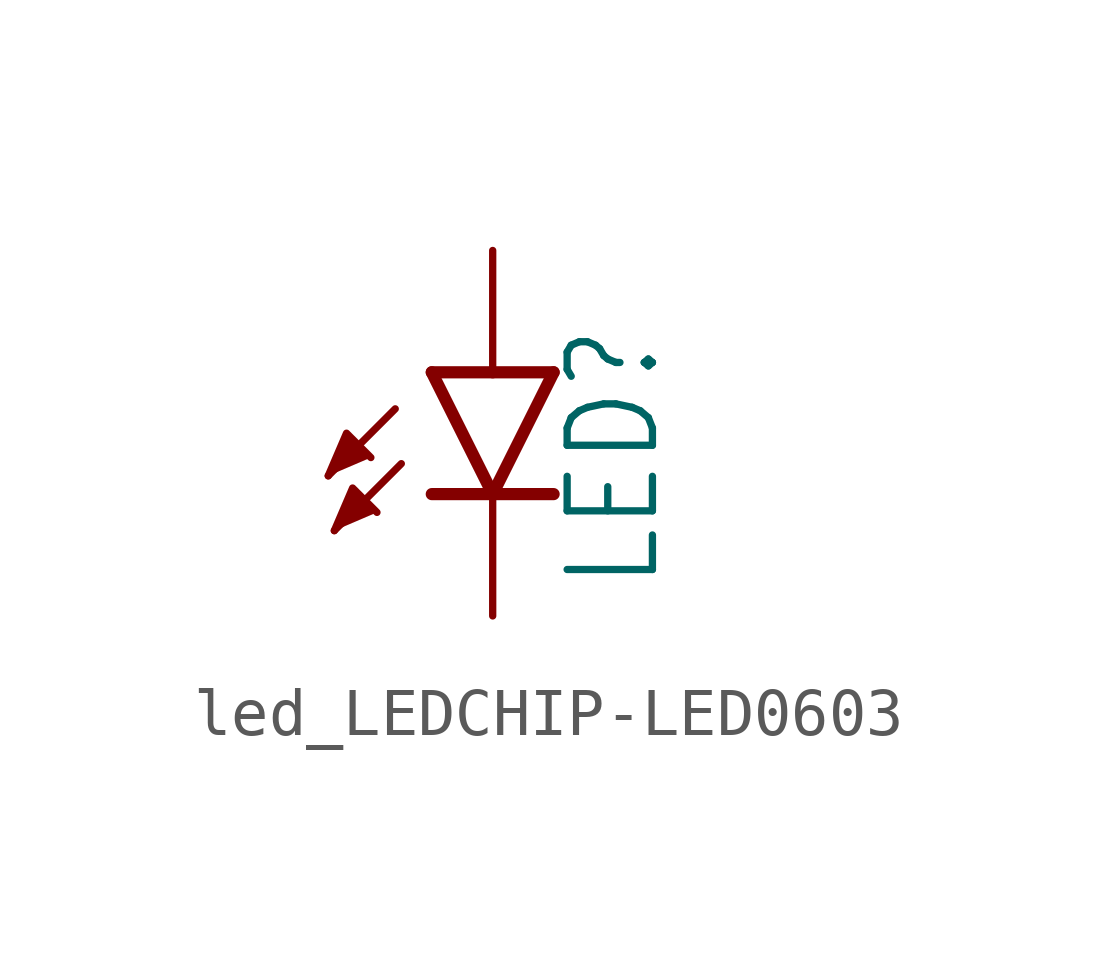
<source format=kicad_sym>
(kicad_symbol_lib
  (version 20241209)
  (generator "kicad_symbol_editor")
  (generator_version "9.0")
  (symbol "led_LEDCHIP-LED0603"
    (property "Reference" "LED"
      (at 3.556 -4.572 90)
      (effects (font (size 1.778 1.511)) (justify left bottom)))
    (property "Value" ""
      (at 5.715 -4.572 90)
      (effects (font (size 1.778 1.511)) (justify left bottom)))
    (symbol "led_LEDCHIP-LED0603_1_0"
      (polyline (pts (xy -3.429 -2.159) (xy -3.048 -1.27) (xy -2.54 -1.778)) (stroke (width 0.152) (type solid)) (fill (type outline)))
      (polyline (pts (xy -3.302 -3.302) (xy -2.921 -2.413) (xy -2.413 -2.921)) (stroke (width 0.152) (type solid)) (fill (type outline)))
      (polyline (pts (xy -2.032 -0.762) (xy -3.429 -2.159)) (stroke (width 0.152) (type solid)) (fill (type none)))
      (polyline (pts (xy -1.905 -1.905) (xy -3.302 -3.302)) (stroke (width 0.152) (type solid)) (fill (type none)))
      (polyline (pts (xy 0 0) (xy -1.27 0)) (stroke (width 0.254) (type solid)) (fill (type none)))
      (polyline (pts (xy 0 -2.54) (xy -1.27 0)) (stroke (width 0.254) (type solid)) (fill (type none)))
      (polyline (pts (xy 0 -2.54) (xy -1.27 -2.54)) (stroke (width 0.254) (type solid)) (fill (type none)))
      (polyline (pts (xy 1.27 0) (xy 0 0)) (stroke (width 0.254) (type solid)) (fill (type none)))
      (polyline (pts (xy 1.27 0) (xy 0 -2.54)) (stroke (width 0.254) (type solid)) (fill (type none)))
      (polyline (pts (xy 1.27 -2.54) (xy 0 -2.54)) (stroke (width 0.254) (type solid)) (fill (type none)))
      (pin passive line (at 0 2.54 270) (length 2.54) (name "A" (effects (font (size 0 0)))) (number "A" (effects (font (size 0 0)))))
      (pin passive line (at 0 -5.08 90) (length 2.54) (name "C" (effects (font (size 0 0)))) (number "C" (effects (font (size 0 0))))))))
</source>
